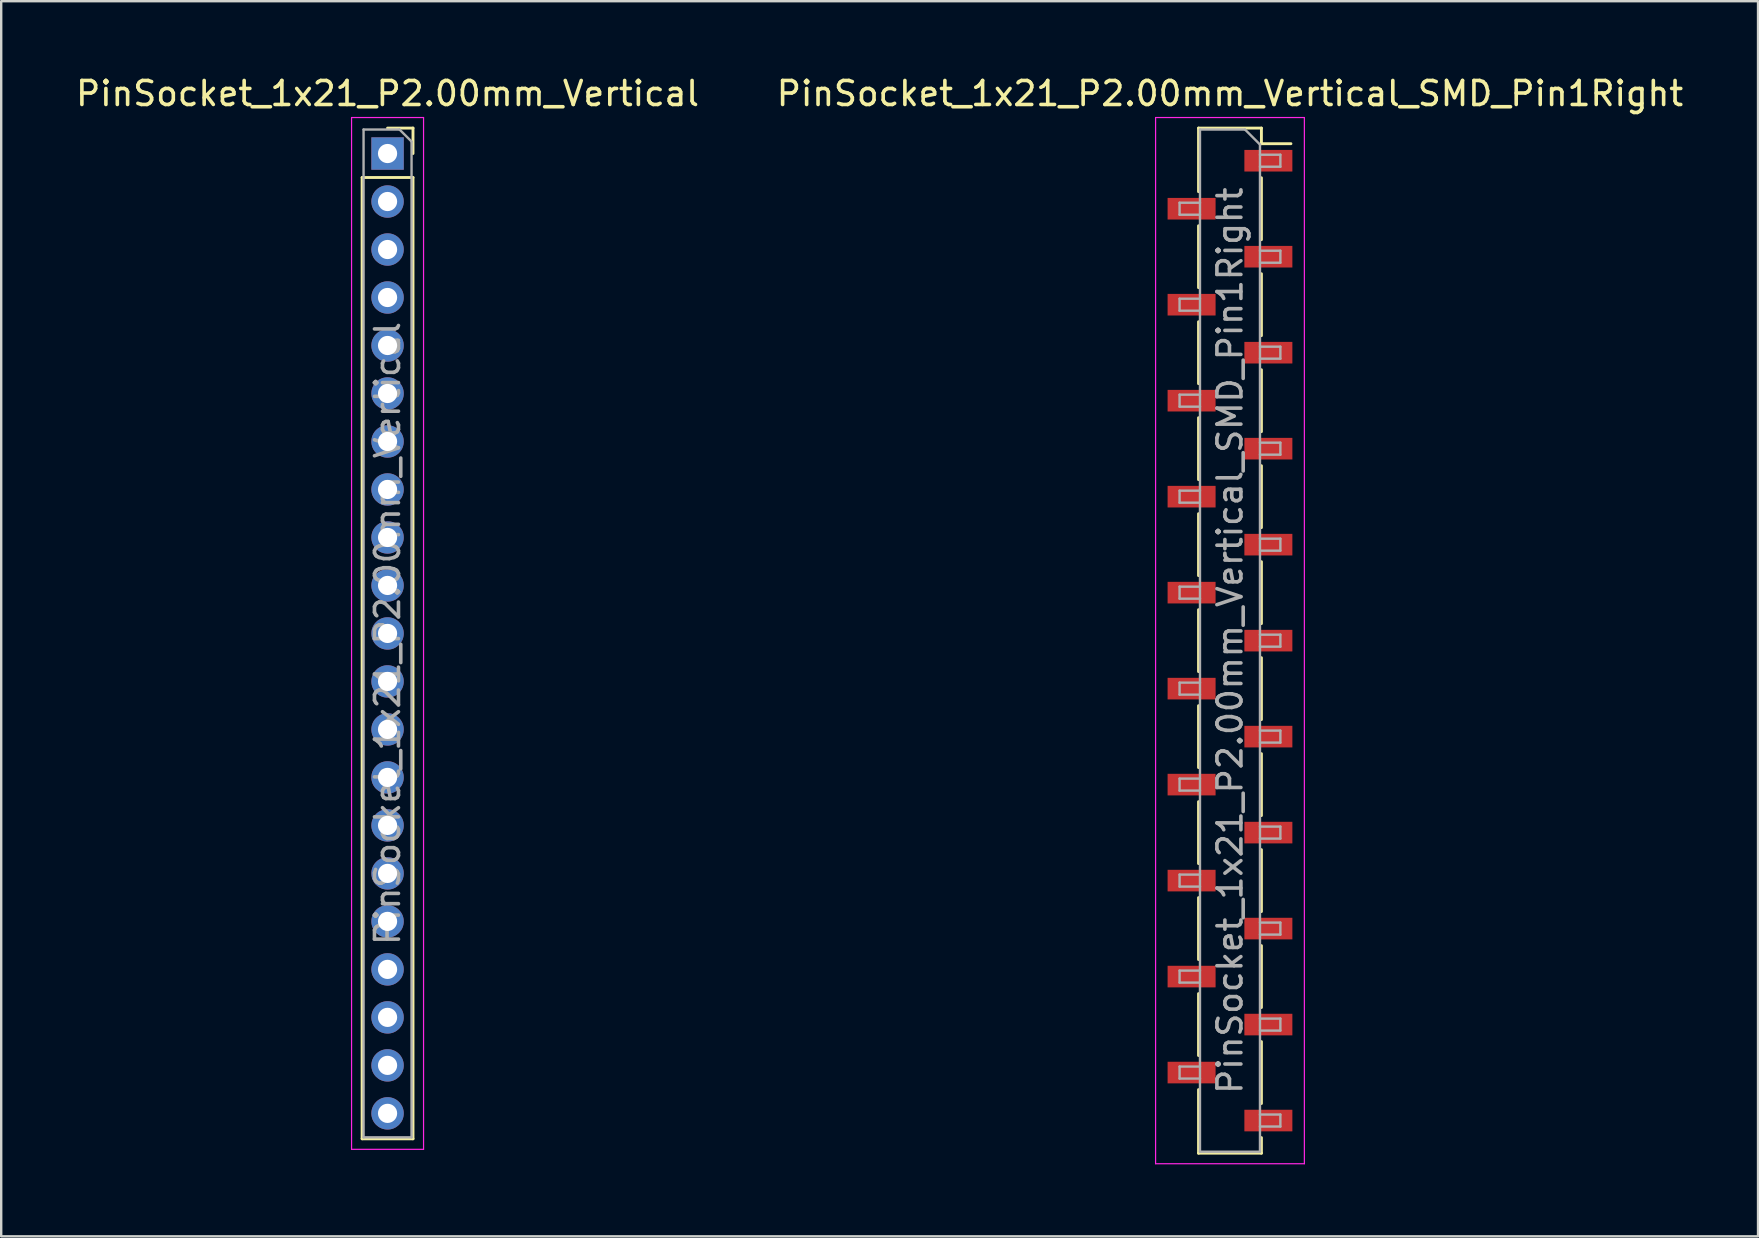
<source format=kicad_pcb>
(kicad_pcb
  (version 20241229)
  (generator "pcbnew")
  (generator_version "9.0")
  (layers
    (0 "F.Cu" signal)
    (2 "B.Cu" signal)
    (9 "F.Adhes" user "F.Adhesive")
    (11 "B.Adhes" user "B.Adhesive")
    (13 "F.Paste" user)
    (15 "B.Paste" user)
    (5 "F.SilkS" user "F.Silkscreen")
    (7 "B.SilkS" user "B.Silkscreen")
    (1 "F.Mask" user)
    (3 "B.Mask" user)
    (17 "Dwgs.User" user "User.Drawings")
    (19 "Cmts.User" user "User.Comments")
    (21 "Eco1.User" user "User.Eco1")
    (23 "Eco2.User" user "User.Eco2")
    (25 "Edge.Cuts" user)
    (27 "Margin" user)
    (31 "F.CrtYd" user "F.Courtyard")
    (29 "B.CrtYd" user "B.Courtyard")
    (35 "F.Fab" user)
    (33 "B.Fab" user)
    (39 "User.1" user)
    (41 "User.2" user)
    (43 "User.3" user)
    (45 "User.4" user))
  (footprint "PinSocket_1x21_P2.00mm_Vertical_SMD_Pin1Right"
    (layer "F.Cu")
    (at 48.208 23.648)
    (property "Reference" "PinSocket_1x21_P2.00mm_Vertical_SMD_Pin1Right" (at 0 -22.8 0) (layer "F.SilkS") (effects (font (size 1 1) (thickness 0.15))))
    (attr smd)
    (fp_line (start -1.31 -21.36) (end -1.31 -18.71) (stroke (width 0.12) (type solid)) (layer "F.SilkS"))
    (fp_line (start -1.31 -21.36) (end 1.31 -21.36) (stroke (width 0.12) (type solid)) (layer "F.SilkS"))
    (fp_line (start -1.31 -17.29) (end -1.31 -14.71) (stroke (width 0.12) (type solid)) (layer "F.SilkS"))
    (fp_line (start -1.31 -13.29) (end -1.31 -10.71) (stroke (width 0.12) (type solid)) (layer "F.SilkS"))
    (fp_line (start -1.31 -9.29) (end -1.31 -6.71) (stroke (width 0.12) (type solid)) (layer "F.SilkS"))
    (fp_line (start -1.31 -5.29) (end -1.31 -2.71) (stroke (width 0.12) (type solid)) (layer "F.SilkS"))
    (fp_line (start -1.31 -1.29) (end -1.31 1.29) (stroke (width 0.12) (type solid)) (layer "F.SilkS"))
    (fp_line (start -1.31 2.71) (end -1.31 5.29) (stroke (width 0.12) (type solid)) (layer "F.SilkS"))
    (fp_line (start -1.31 6.71) (end -1.31 9.29) (stroke (width 0.12) (type solid)) (layer "F.SilkS"))
    (fp_line (start -1.31 10.71) (end -1.31 13.29) (stroke (width 0.12) (type solid)) (layer "F.SilkS"))
    (fp_line (start -1.31 14.71) (end -1.31 17.29) (stroke (width 0.12) (type solid)) (layer "F.SilkS"))
    (fp_line (start -1.31 18.71) (end -1.31 21.36) (stroke (width 0.12) (type solid)) (layer "F.SilkS"))
    (fp_line (start -1.31 21.36) (end 1.31 21.36) (stroke (width 0.12) (type solid)) (layer "F.SilkS"))
    (fp_line (start 1.31 -21.36) (end 1.31 -20.71) (stroke (width 0.12) (type solid)) (layer "F.SilkS"))
    (fp_line (start 1.31 -20.71) (end 2.54 -20.71) (stroke (width 0.12) (type solid)) (layer "F.SilkS"))
    (fp_line (start 1.31 -19.29) (end 1.31 -16.71) (stroke (width 0.12) (type solid)) (layer "F.SilkS"))
    (fp_line (start 1.31 -15.29) (end 1.31 -12.71) (stroke (width 0.12) (type solid)) (layer "F.SilkS"))
    (fp_line (start 1.31 -11.29) (end 1.31 -8.71) (stroke (width 0.12) (type solid)) (layer "F.SilkS"))
    (fp_line (start 1.31 -7.29) (end 1.31 -4.71) (stroke (width 0.12) (type solid)) (layer "F.SilkS"))
    (fp_line (start 1.31 -3.29) (end 1.31 -0.71) (stroke (width 0.12) (type solid)) (layer "F.SilkS"))
    (fp_line (start 1.31 0.71) (end 1.31 3.29) (stroke (width 0.12) (type solid)) (layer "F.SilkS"))
    (fp_line (start 1.31 4.71) (end 1.31 7.29) (stroke (width 0.12) (type solid)) (layer "F.SilkS"))
    (fp_line (start 1.31 8.71) (end 1.31 11.29) (stroke (width 0.12) (type solid)) (layer "F.SilkS"))
    (fp_line (start 1.31 12.71) (end 1.31 15.29) (stroke (width 0.12) (type solid)) (layer "F.SilkS"))
    (fp_line (start 1.31 16.71) (end 1.31 19.29) (stroke (width 0.12) (type solid)) (layer "F.SilkS"))
    (fp_line (start 1.31 20.71) (end 1.31 21.36) (stroke (width 0.12) (type solid)) (layer "F.SilkS"))
    (fp_line (start -3.1 -21.8) (end 3.1 -21.8) (stroke (width 0.05) (type solid)) (layer "F.CrtYd"))
    (fp_line (start -3.1 21.8) (end -3.1 -21.8) (stroke (width 0.05) (type solid)) (layer "F.CrtYd"))
    (fp_line (start 3.1 -21.8) (end 3.1 21.8) (stroke (width 0.05) (type solid)) (layer "F.CrtYd"))
    (fp_line (start 3.1 21.8) (end -3.1 21.8) (stroke (width 0.05) (type solid)) (layer "F.CrtYd"))
    (fp_line (start -2.1 -18.25) (end -1.25 -18.25) (stroke (width 0.1) (type solid)) (layer "F.Fab"))
    (fp_line (start -2.1 -17.75) (end -2.1 -18.25) (stroke (width 0.1) (type solid)) (layer "F.Fab"))
    (fp_line (start -2.1 -14.25) (end -1.25 -14.25) (stroke (width 0.1) (type solid)) (layer "F.Fab"))
    (fp_line (start -2.1 -13.75) (end -2.1 -14.25) (stroke (width 0.1) (type solid)) (layer "F.Fab"))
    (fp_line (start -2.1 -10.25) (end -1.25 -10.25) (stroke (width 0.1) (type solid)) (layer "F.Fab"))
    (fp_line (start -2.1 -9.75) (end -2.1 -10.25) (stroke (width 0.1) (type solid)) (layer "F.Fab"))
    (fp_line (start -2.1 -6.25) (end -1.25 -6.25) (stroke (width 0.1) (type solid)) (layer "F.Fab"))
    (fp_line (start -2.1 -5.75) (end -2.1 -6.25) (stroke (width 0.1) (type solid)) (layer "F.Fab"))
    (fp_line (start -2.1 -2.25) (end -1.25 -2.25) (stroke (width 0.1) (type solid)) (layer "F.Fab"))
    (fp_line (start -2.1 -1.75) (end -2.1 -2.25) (stroke (width 0.1) (type solid)) (layer "F.Fab"))
    (fp_line (start -2.1 1.75) (end -1.25 1.75) (stroke (width 0.1) (type solid)) (layer "F.Fab"))
    (fp_line (start -2.1 2.25) (end -2.1 1.75) (stroke (width 0.1) (type solid)) (layer "F.Fab"))
    (fp_line (start -2.1 5.75) (end -1.25 5.75) (stroke (width 0.1) (type solid)) (layer "F.Fab"))
    (fp_line (start -2.1 6.25) (end -2.1 5.75) (stroke (width 0.1) (type solid)) (layer "F.Fab"))
    (fp_line (start -2.1 9.75) (end -1.25 9.75) (stroke (width 0.1) (type solid)) (layer "F.Fab"))
    (fp_line (start -2.1 10.25) (end -2.1 9.75) (stroke (width 0.1) (type solid)) (layer "F.Fab"))
    (fp_line (start -2.1 13.75) (end -1.25 13.75) (stroke (width 0.1) (type solid)) (layer "F.Fab"))
    (fp_line (start -2.1 14.25) (end -2.1 13.75) (stroke (width 0.1) (type solid)) (layer "F.Fab"))
    (fp_line (start -2.1 17.75) (end -1.25 17.75) (stroke (width 0.1) (type solid)) (layer "F.Fab"))
    (fp_line (start -2.1 18.25) (end -2.1 17.75) (stroke (width 0.1) (type solid)) (layer "F.Fab"))
    (fp_line (start -1.25 -21.3) (end 0.625 -21.3) (stroke (width 0.1) (type solid)) (layer "F.Fab"))
    (fp_line (start -1.25 -17.75) (end -2.1 -17.75) (stroke (width 0.1) (type solid)) (layer "F.Fab"))
    (fp_line (start -1.25 -13.75) (end -2.1 -13.75) (stroke (width 0.1) (type solid)) (layer "F.Fab"))
    (fp_line (start -1.25 -9.75) (end -2.1 -9.75) (stroke (width 0.1) (type solid)) (layer "F.Fab"))
    (fp_line (start -1.25 -5.75) (end -2.1 -5.75) (stroke (width 0.1) (type solid)) (layer "F.Fab"))
    (fp_line (start -1.25 -1.75) (end -2.1 -1.75) (stroke (width 0.1) (type solid)) (layer "F.Fab"))
    (fp_line (start -1.25 2.25) (end -2.1 2.25) (stroke (width 0.1) (type solid)) (layer "F.Fab"))
    (fp_line (start -1.25 6.25) (end -2.1 6.25) (stroke (width 0.1) (type solid)) (layer "F.Fab"))
    (fp_line (start -1.25 10.25) (end -2.1 10.25) (stroke (width 0.1) (type solid)) (layer "F.Fab"))
    (fp_line (start -1.25 14.25) (end -2.1 14.25) (stroke (width 0.1) (type solid)) (layer "F.Fab"))
    (fp_line (start -1.25 18.25) (end -2.1 18.25) (stroke (width 0.1) (type solid)) (layer "F.Fab"))
    (fp_line (start -1.25 21.3) (end -1.25 -21.3) (stroke (width 0.1) (type solid)) (layer "F.Fab"))
    (fp_line (start 0.625 -21.3) (end 1.25 -20.675) (stroke (width 0.1) (type solid)) (layer "F.Fab"))
    (fp_line (start 1.25 -20.675) (end 1.25 21.3) (stroke (width 0.1) (type solid)) (layer "F.Fab"))
    (fp_line (start 1.25 -20.25) (end 2.1 -20.25) (stroke (width 0.1) (type solid)) (layer "F.Fab"))
    (fp_line (start 1.25 -16.25) (end 2.1 -16.25) (stroke (width 0.1) (type solid)) (layer "F.Fab"))
    (fp_line (start 1.25 -12.25) (end 2.1 -12.25) (stroke (width 0.1) (type solid)) (layer "F.Fab"))
    (fp_line (start 1.25 -8.25) (end 2.1 -8.25) (stroke (width 0.1) (type solid)) (layer "F.Fab"))
    (fp_line (start 1.25 -4.25) (end 2.1 -4.25) (stroke (width 0.1) (type solid)) (layer "F.Fab"))
    (fp_line (start 1.25 -0.25) (end 2.1 -0.25) (stroke (width 0.1) (type solid)) (layer "F.Fab"))
    (fp_line (start 1.25 3.75) (end 2.1 3.75) (stroke (width 0.1) (type solid)) (layer "F.Fab"))
    (fp_line (start 1.25 7.75) (end 2.1 7.75) (stroke (width 0.1) (type solid)) (layer "F.Fab"))
    (fp_line (start 1.25 11.75) (end 2.1 11.75) (stroke (width 0.1) (type solid)) (layer "F.Fab"))
    (fp_line (start 1.25 15.75) (end 2.1 15.75) (stroke (width 0.1) (type solid)) (layer "F.Fab"))
    (fp_line (start 1.25 19.75) (end 2.1 19.75) (stroke (width 0.1) (type solid)) (layer "F.Fab"))
    (fp_line (start 1.25 21.3) (end -1.25 21.3) (stroke (width 0.1) (type solid)) (layer "F.Fab"))
    (fp_line (start 2.1 -20.25) (end 2.1 -19.75) (stroke (width 0.1) (type solid)) (layer "F.Fab"))
    (fp_line (start 2.1 -19.75) (end 1.25 -19.75) (stroke (width 0.1) (type solid)) (layer "F.Fab"))
    (fp_line (start 2.1 -16.25) (end 2.1 -15.75) (stroke (width 0.1) (type solid)) (layer "F.Fab"))
    (fp_line (start 2.1 -15.75) (end 1.25 -15.75) (stroke (width 0.1) (type solid)) (layer "F.Fab"))
    (fp_line (start 2.1 -12.25) (end 2.1 -11.75) (stroke (width 0.1) (type solid)) (layer "F.Fab"))
    (fp_line (start 2.1 -11.75) (end 1.25 -11.75) (stroke (width 0.1) (type solid)) (layer "F.Fab"))
    (fp_line (start 2.1 -8.25) (end 2.1 -7.75) (stroke (width 0.1) (type solid)) (layer "F.Fab"))
    (fp_line (start 2.1 -7.75) (end 1.25 -7.75) (stroke (width 0.1) (type solid)) (layer "F.Fab"))
    (fp_line (start 2.1 -4.25) (end 2.1 -3.75) (stroke (width 0.1) (type solid)) (layer "F.Fab"))
    (fp_line (start 2.1 -3.75) (end 1.25 -3.75) (stroke (width 0.1) (type solid)) (layer "F.Fab"))
    (fp_line (start 2.1 -0.25) (end 2.1 0.25) (stroke (width 0.1) (type solid)) (layer "F.Fab"))
    (fp_line (start 2.1 0.25) (end 1.25 0.25) (stroke (width 0.1) (type solid)) (layer "F.Fab"))
    (fp_line (start 2.1 3.75) (end 2.1 4.25) (stroke (width 0.1) (type solid)) (layer "F.Fab"))
    (fp_line (start 2.1 4.25) (end 1.25 4.25) (stroke (width 0.1) (type solid)) (layer "F.Fab"))
    (fp_line (start 2.1 7.75) (end 2.1 8.25) (stroke (width 0.1) (type solid)) (layer "F.Fab"))
    (fp_line (start 2.1 8.25) (end 1.25 8.25) (stroke (width 0.1) (type solid)) (layer "F.Fab"))
    (fp_line (start 2.1 11.75) (end 2.1 12.25) (stroke (width 0.1) (type solid)) (layer "F.Fab"))
    (fp_line (start 2.1 12.25) (end 1.25 12.25) (stroke (width 0.1) (type solid)) (layer "F.Fab"))
    (fp_line (start 2.1 15.75) (end 2.1 16.25) (stroke (width 0.1) (type solid)) (layer "F.Fab"))
    (fp_line (start 2.1 16.25) (end 1.25 16.25) (stroke (width 0.1) (type solid)) (layer "F.Fab"))
    (fp_line (start 2.1 19.75) (end 2.1 20.25) (stroke (width 0.1) (type solid)) (layer "F.Fab"))
    (fp_line (start 2.1 20.25) (end 1.25 20.25) (stroke (width 0.1) (type solid)) (layer "F.Fab"))
    (fp_text user "${REFERENCE}" (at 0 0 90) (layer "F.Fab") (effects (font (size 1 1) (thickness 0.15))))
    (pad "1" smd rect (at 1.6 -20) (size 2 0.9) (layers "F.Cu" "F.Mask" "F.Paste"))
    (pad "2" smd rect (at -1.6 -18) (size 2 0.9) (layers "F.Cu" "F.Mask" "F.Paste"))
    (pad "3" smd rect (at 1.6 -16) (size 2 0.9) (layers "F.Cu" "F.Mask" "F.Paste"))
    (pad "4" smd rect (at -1.6 -14) (size 2 0.9) (layers "F.Cu" "F.Mask" "F.Paste"))
    (pad "5" smd rect (at 1.6 -12) (size 2 0.9) (layers "F.Cu" "F.Mask" "F.Paste"))
    (pad "6" smd rect (at -1.6 -10) (size 2 0.9) (layers "F.Cu" "F.Mask" "F.Paste"))
    (pad "7" smd rect (at 1.6 -8) (size 2 0.9) (layers "F.Cu" "F.Mask" "F.Paste"))
    (pad "8" smd rect (at -1.6 -6) (size 2 0.9) (layers "F.Cu" "F.Mask" "F.Paste"))
    (pad "9" smd rect (at 1.6 -4) (size 2 0.9) (layers "F.Cu" "F.Mask" "F.Paste"))
    (pad "10" smd rect (at -1.6 -2) (size 2 0.9) (layers "F.Cu" "F.Mask" "F.Paste"))
    (pad "11" smd rect (at 1.6 0) (size 2 0.9) (layers "F.Cu" "F.Mask" "F.Paste"))
    (pad "12" smd rect (at -1.6 2) (size 2 0.9) (layers "F.Cu" "F.Mask" "F.Paste"))
    (pad "13" smd rect (at 1.6 4) (size 2 0.9) (layers "F.Cu" "F.Mask" "F.Paste"))
    (pad "14" smd rect (at -1.6 6) (size 2 0.9) (layers "F.Cu" "F.Mask" "F.Paste"))
    (pad "15" smd rect (at 1.6 8) (size 2 0.9) (layers "F.Cu" "F.Mask" "F.Paste"))
    (pad "16" smd rect (at -1.6 10) (size 2 0.9) (layers "F.Cu" "F.Mask" "F.Paste"))
    (pad "17" smd rect (at 1.6 12) (size 2 0.9) (layers "F.Cu" "F.Mask" "F.Paste"))
    (pad "18" smd rect (at -1.6 14) (size 2 0.9) (layers "F.Cu" "F.Mask" "F.Paste"))
    (pad "19" smd rect (at 1.6 16) (size 2 0.9) (layers "F.Cu" "F.Mask" "F.Paste"))
    (pad "20" smd rect (at -1.6 18) (size 2 0.9) (layers "F.Cu" "F.Mask" "F.Paste"))
    (pad "21" smd rect (at 1.6 20) (size 2 0.9) (layers "F.Cu" "F.Mask" "F.Paste")))
  (footprint "PinSocket_1x21_P2.00mm_Vertical"
    (layer "F.Cu")
    (at 13.101 3.348)
    (property "Reference" "PinSocket_1x21_P2.00mm_Vertical" (at 0 -2.5 0) (layer "F.SilkS") (effects (font (size 1 1) (thickness 0.15))))
    (attr through_hole)
    (fp_line (start -1.06 1) (end -1.06 41.06) (stroke (width 0.12) (type solid)) (layer "F.SilkS"))
    (fp_line (start -1.06 1) (end 1.06 1) (stroke (width 0.12) (type solid)) (layer "F.SilkS"))
    (fp_line (start -1.06 41.06) (end 1.06 41.06) (stroke (width 0.12) (type solid)) (layer "F.SilkS"))
    (fp_line (start 0 -1.06) (end 1.06 -1.06) (stroke (width 0.12) (type solid)) (layer "F.SilkS"))
    (fp_line (start 1.06 -1.06) (end 1.06 0) (stroke (width 0.12) (type solid)) (layer "F.SilkS"))
    (fp_line (start 1.06 1) (end 1.06 41.06) (stroke (width 0.12) (type solid)) (layer "F.SilkS"))
    (fp_line (start -1.5 -1.5) (end 1.5 -1.5) (stroke (width 0.05) (type solid)) (layer "F.CrtYd"))
    (fp_line (start -1.5 41.5) (end -1.5 -1.5) (stroke (width 0.05) (type solid)) (layer "F.CrtYd"))
    (fp_line (start 1.5 -1.5) (end 1.5 41.5) (stroke (width 0.05) (type solid)) (layer "F.CrtYd"))
    (fp_line (start 1.5 41.5) (end -1.5 41.5) (stroke (width 0.05) (type solid)) (layer "F.CrtYd"))
    (fp_line (start -1 -1) (end 0.5 -1) (stroke (width 0.1) (type solid)) (layer "F.Fab"))
    (fp_line (start -1 41) (end -1 -1) (stroke (width 0.1) (type solid)) (layer "F.Fab"))
    (fp_line (start 0.5 -1) (end 1 -0.5) (stroke (width 0.1) (type solid)) (layer "F.Fab"))
    (fp_line (start 1 -0.5) (end 1 41) (stroke (width 0.1) (type solid)) (layer "F.Fab"))
    (fp_line (start 1 41) (end -1 41) (stroke (width 0.1) (type solid)) (layer "F.Fab"))
    (fp_text user "${REFERENCE}" (at 0 20 90) (layer "F.Fab") (effects (font (size 1 1) (thickness 0.15))))
    (pad "1" thru_hole rect (at 0 0) (size 1.35 1.35) (drill 0.8) (layers "*.Cu" "*.Mask"))
    (pad "2" thru_hole oval (at 0 2) (size 1.35 1.35) (drill 0.8) (layers "*.Cu" "*.Mask"))
    (pad "3" thru_hole oval (at 0 4) (size 1.35 1.35) (drill 0.8) (layers "*.Cu" "*.Mask"))
    (pad "4" thru_hole oval (at 0 6) (size 1.35 1.35) (drill 0.8) (layers "*.Cu" "*.Mask"))
    (pad "5" thru_hole oval (at 0 8) (size 1.35 1.35) (drill 0.8) (layers "*.Cu" "*.Mask"))
    (pad "6" thru_hole oval (at 0 10) (size 1.35 1.35) (drill 0.8) (layers "*.Cu" "*.Mask"))
    (pad "7" thru_hole oval (at 0 12) (size 1.35 1.35) (drill 0.8) (layers "*.Cu" "*.Mask"))
    (pad "8" thru_hole oval (at 0 14) (size 1.35 1.35) (drill 0.8) (layers "*.Cu" "*.Mask"))
    (pad "9" thru_hole oval (at 0 16) (size 1.35 1.35) (drill 0.8) (layers "*.Cu" "*.Mask"))
    (pad "10" thru_hole oval (at 0 18) (size 1.35 1.35) (drill 0.8) (layers "*.Cu" "*.Mask"))
    (pad "11" thru_hole oval (at 0 20) (size 1.35 1.35) (drill 0.8) (layers "*.Cu" "*.Mask"))
    (pad "12" thru_hole oval (at 0 22) (size 1.35 1.35) (drill 0.8) (layers "*.Cu" "*.Mask"))
    (pad "13" thru_hole oval (at 0 24) (size 1.35 1.35) (drill 0.8) (layers "*.Cu" "*.Mask"))
    (pad "14" thru_hole oval (at 0 26) (size 1.35 1.35) (drill 0.8) (layers "*.Cu" "*.Mask"))
    (pad "15" thru_hole oval (at 0 28) (size 1.35 1.35) (drill 0.8) (layers "*.Cu" "*.Mask"))
    (pad "16" thru_hole oval (at 0 30) (size 1.35 1.35) (drill 0.8) (layers "*.Cu" "*.Mask"))
    (pad "17" thru_hole oval (at 0 32) (size 1.35 1.35) (drill 0.8) (layers "*.Cu" "*.Mask"))
    (pad "18" thru_hole oval (at 0 34) (size 1.35 1.35) (drill 0.8) (layers "*.Cu" "*.Mask"))
    (pad "19" thru_hole oval (at 0 36) (size 1.35 1.35) (drill 0.8) (layers "*.Cu" "*.Mask"))
    (pad "20" thru_hole oval (at 0 38) (size 1.35 1.35) (drill 0.8) (layers "*.Cu" "*.Mask"))
    (pad "21" thru_hole oval (at 0 40) (size 1.35 1.35) (drill 0.8) (layers "*.Cu" "*.Mask")))
  (gr_rect
    (start -3 -3)
    (end 70.214 48.473)
    (stroke (width 0.1) (type default))
    (fill no)
    (layer "Edge.Cuts")))
</source>
